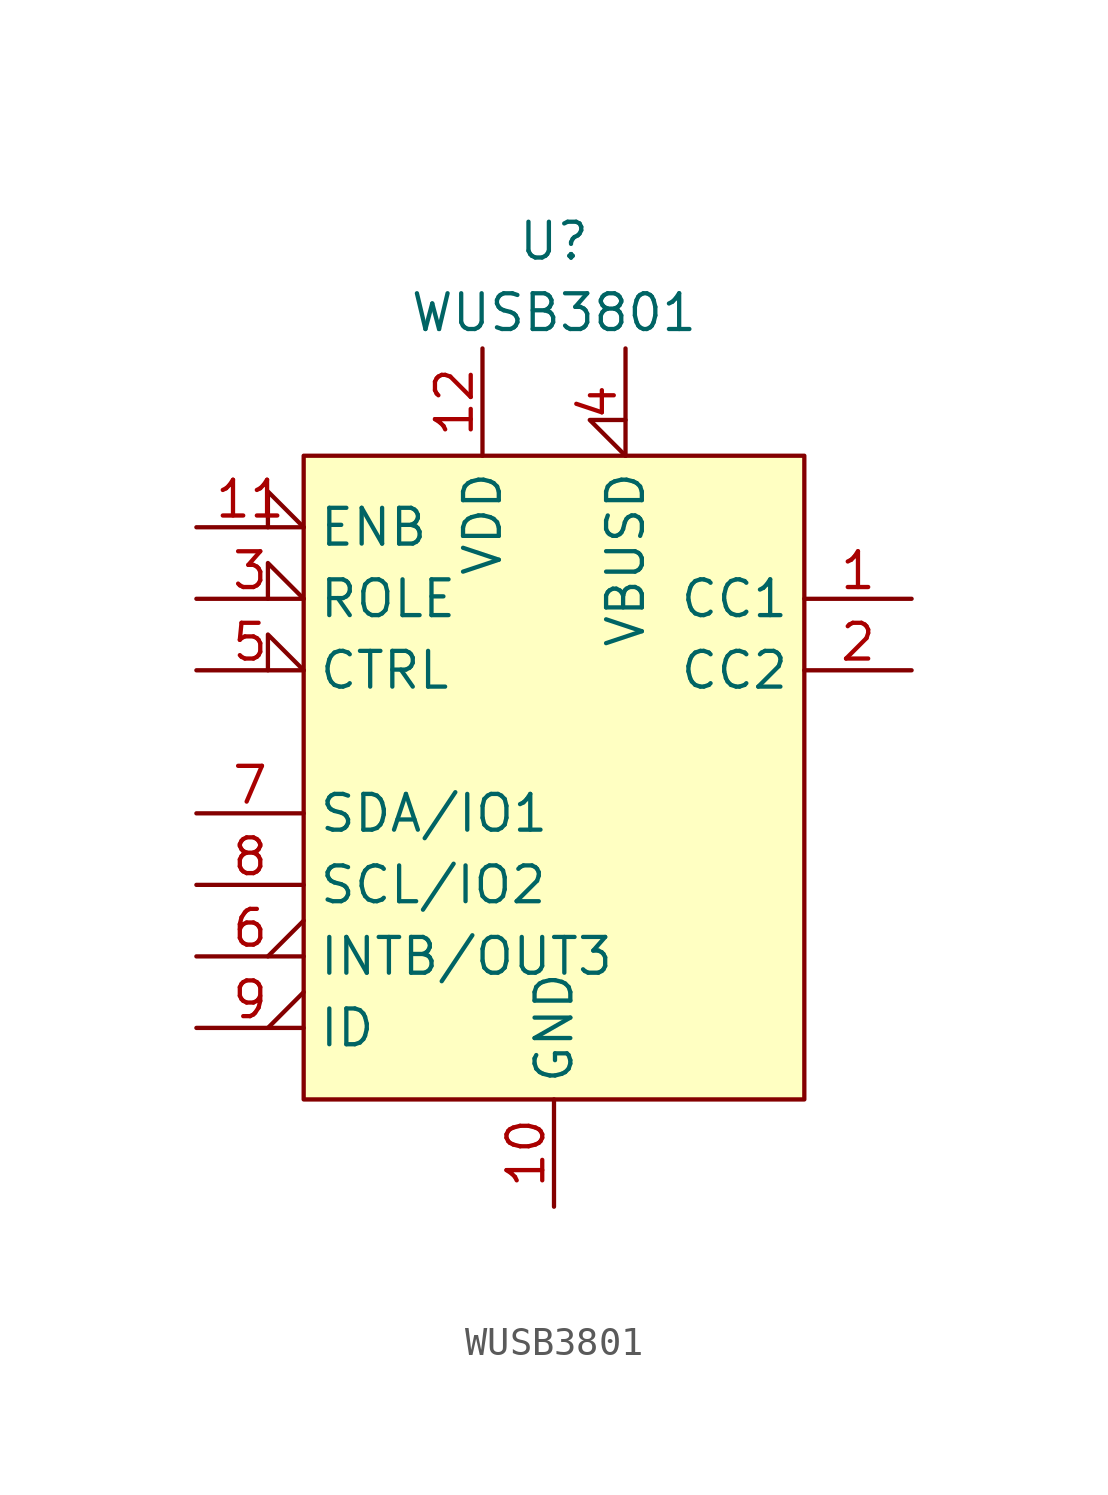
<source format=kicad_sym>
(kicad_symbol_lib
  (version 20220914)
  (generator kicad_symbol_editor)
  (symbol "WUSB3801"
    (property "Reference" "U"
      (at 0 19.05 0)
      (effects (font (size 1.27 1.27))))
    (property "Value" "WUSB3801"
      (at 0 16.51 0)
      (effects (font (size 1.27 1.27))))
    (symbol "WUSB3801_0_1"
      (rectangle (start -8.89 11.43) (end 8.89 -11.43) (stroke (width 0) (type default)) (fill (type background))))
    (symbol "WUSB3801_1_0"
      (pin power_in line (at 0 -15.24 90) (length 3.81) (name "GND" (effects (font (size 1.27 1.27)))) (number "10" (effects (font (size 1.27 1.27)))))
      (pin input input_low (at -12.7 8.89 0) (length 3.81) (name "ENB" (effects (font (size 1.27 1.27)))) (number "11" (effects (font (size 1.27 1.27)))))
      (pin power_in line (at -2.54 15.24 270) (length 3.81) (name "VDD" (effects (font (size 1.27 1.27)))) (number "12" (effects (font (size 1.27 1.27)))))
      (pin bidirectional line (at 12.7 3.81 180) (length 3.81) (name "CC2" (effects (font (size 1.27 1.27)))) (number "2" (effects (font (size 1.27 1.27)))))
      (pin tri_state input_low (at -12.7 6.35 0) (length 3.81) (name "ROLE" (effects (font (size 1.27 1.27)))) (number "3" (effects (font (size 1.27 1.27)))))
      (pin power_in input_low (at 2.54 15.24 270) (length 3.81) (name "VBUSD" (effects (font (size 1.27 1.27)))) (number "4" (effects (font (size 1.27 1.27)))))
      (pin tri_state input_low (at -12.7 3.81 0) (length 3.81) (name "CTRL" (effects (font (size 1.27 1.27)))) (number "5" (effects (font (size 1.27 1.27)))))
      (pin output output_low (at -12.7 -6.35 0) (length 3.81) (name "INTB/OUT3" (effects (font (size 1.27 1.27)))) (number "6" (effects (font (size 1.27 1.27)))))
      (pin bidirectional line (at -12.7 -1.27 0) (length 3.81) (name "SDA/IO1" (effects (font (size 1.27 1.27)))) (number "7" (effects (font (size 1.27 1.27)))))
      (pin bidirectional line (at -12.7 -3.81 0) (length 3.81) (name "SCL/IO2" (effects (font (size 1.27 1.27)))) (number "8" (effects (font (size 1.27 1.27)))))
      (pin output output_low (at -12.7 -8.89 0) (length 3.81) (name "ID" (effects (font (size 1.27 1.27)))) (number "9" (effects (font (size 1.27 1.27))))))
    (symbol "WUSB3801_1_1"
      (pin bidirectional line (at 12.7 6.35 180) (length 3.81) (name "CC1" (effects (font (size 1.27 1.27)))) (number "1" (effects (font (size 1.27 1.27))))))))
</source>
